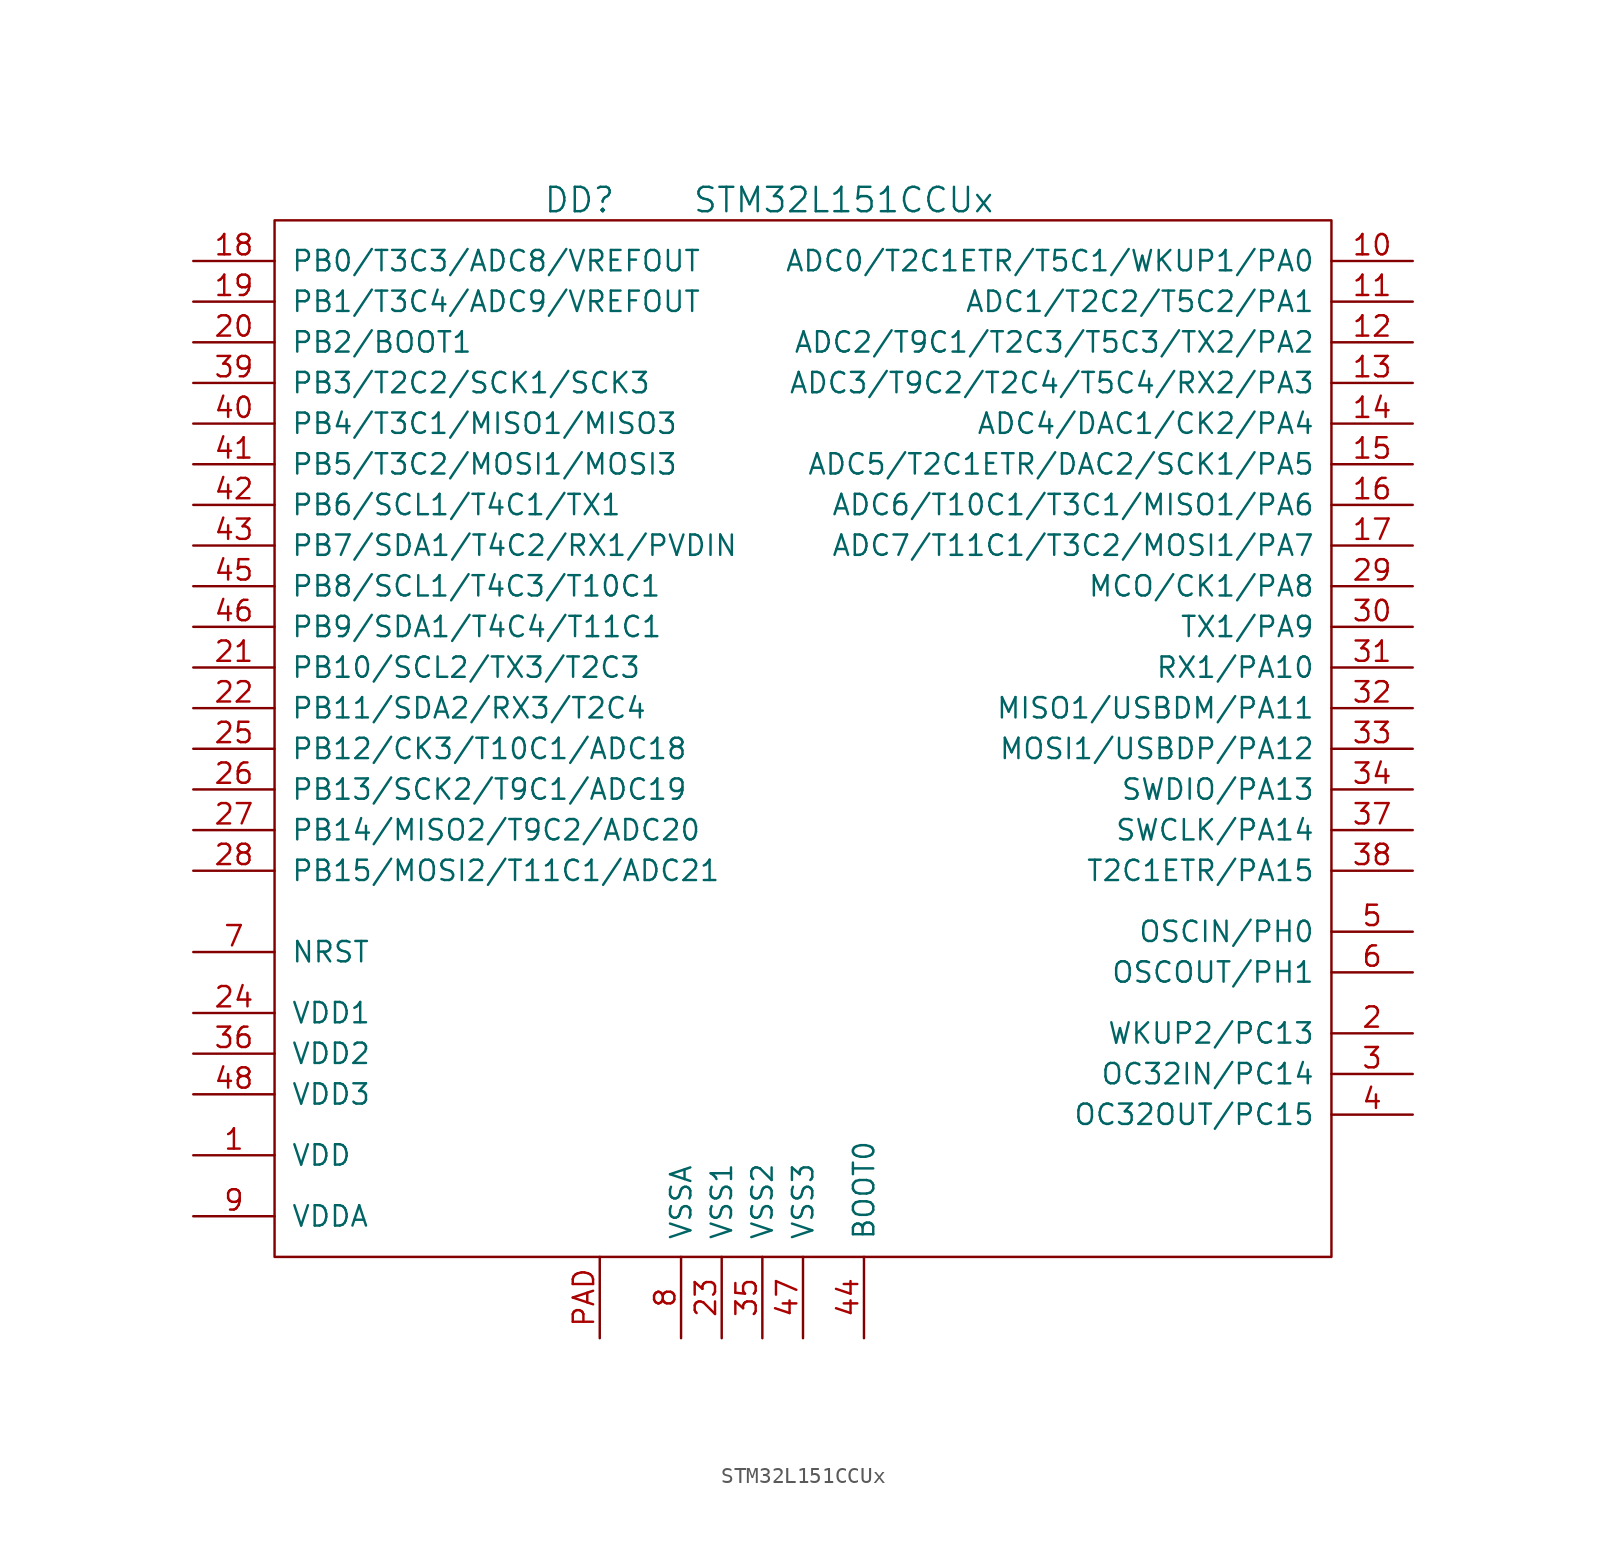
<source format=kicad_sym>
(kicad_symbol_lib
  (version 20201005)
  (generator kicad_symbol_editor)
  (symbol "st_kl:STM32L151CCUx"
    (pin_names
      (offset 1.016))
    (property "Reference" "DD"
      (at -12.7 34.29 0)
      (effects (font (size 1.524 1.524))))
    (property "Value" "STM32L151CCUx"
      (at 3.81 34.29 0)
      (effects (font (size 1.524 1.524))))
    (property "Footprint" ""
      (at 0 0 0)
      (effects (font (size 1.524 1.524))))
    (property "Datasheet" ""
      (at 0 0 0)
      (effects (font (size 1.524 1.524))))
    (symbol "STM32L151CCUx_0_1"
      (rectangle (start 34.29 33.02) (end -31.75 -31.75) (stroke (width 0)) (fill (type none))))
    (symbol "STM32L151CCUx_1_1"
      (pin power_in line (at -36.83 -25.4 0) (length 5.08) (name "VDD" (effects (font (size 1.27 1.27)))) (number "1" (effects (font (size 1.27 1.27)))))
      (pin passive line (at 39.37 30.48 180) (length 5.08) (name "ADC0/T2C1ETR/T5C1/WKUP1/PA0" (effects (font (size 1.27 1.27)))) (number "10" (effects (font (size 1.27 1.27)))))
      (pin passive line (at 39.37 27.94 180) (length 5.08) (name "ADC1/T2C2/T5C2/PA1" (effects (font (size 1.27 1.27)))) (number "11" (effects (font (size 1.27 1.27)))))
      (pin passive line (at 39.37 25.4 180) (length 5.08) (name "ADC2/T9C1/T2C3/T5C3/TX2/PA2" (effects (font (size 1.27 1.27)))) (number "12" (effects (font (size 1.27 1.27)))))
      (pin passive line (at 39.37 22.86 180) (length 5.08) (name "ADC3/T9C2/T2C4/T5C4/RX2/PA3" (effects (font (size 1.27 1.27)))) (number "13" (effects (font (size 1.27 1.27)))))
      (pin passive line (at 39.37 20.32 180) (length 5.08) (name "ADC4/DAC1/CK2/PA4" (effects (font (size 1.27 1.27)))) (number "14" (effects (font (size 1.27 1.27)))))
      (pin passive line (at 39.37 17.78 180) (length 5.08) (name "ADC5/T2C1ETR/DAC2/SCK1/PA5" (effects (font (size 1.27 1.27)))) (number "15" (effects (font (size 1.27 1.27)))))
      (pin passive line (at 39.37 15.24 180) (length 5.08) (name "ADC6/T10C1/T3C1/MISO1/PA6" (effects (font (size 1.27 1.27)))) (number "16" (effects (font (size 1.27 1.27)))))
      (pin passive line (at 39.37 12.7 180) (length 5.08) (name "ADC7/T11C1/T3C2/MOSI1/PA7" (effects (font (size 1.27 1.27)))) (number "17" (effects (font (size 1.27 1.27)))))
      (pin passive line (at -36.83 30.48 0) (length 5.08) (name "PB0/T3C3/ADC8/VREFOUT" (effects (font (size 1.27 1.27)))) (number "18" (effects (font (size 1.27 1.27)))))
      (pin passive line (at -36.83 27.94 0) (length 5.08) (name "PB1/T3C4/ADC9/VREFOUT" (effects (font (size 1.27 1.27)))) (number "19" (effects (font (size 1.27 1.27)))))
      (pin passive line (at 39.37 -17.78 180) (length 5.08) (name "WKUP2/PC13" (effects (font (size 1.27 1.27)))) (number "2" (effects (font (size 1.27 1.27)))))
      (pin passive line (at -36.83 25.4 0) (length 5.08) (name "PB2/BOOT1" (effects (font (size 1.27 1.27)))) (number "20" (effects (font (size 1.27 1.27)))))
      (pin passive line (at -36.83 5.08 0) (length 5.08) (name "PB10/SCL2/TX3/T2C3" (effects (font (size 1.27 1.27)))) (number "21" (effects (font (size 1.27 1.27)))))
      (pin passive line (at -36.83 2.54 0) (length 5.08) (name "PB11/SDA2/RX3/T2C4" (effects (font (size 1.27 1.27)))) (number "22" (effects (font (size 1.27 1.27)))))
      (pin power_in line (at -3.81 -36.83 90) (length 5.08) (name "VSS1" (effects (font (size 1.27 1.27)))) (number "23" (effects (font (size 1.27 1.27)))))
      (pin power_in line (at -36.83 -16.51 0) (length 5.08) (name "VDD1" (effects (font (size 1.27 1.27)))) (number "24" (effects (font (size 1.27 1.27)))))
      (pin passive line (at -36.83 0 0) (length 5.08) (name "PB12/CK3/T10C1/ADC18" (effects (font (size 1.27 1.27)))) (number "25" (effects (font (size 1.27 1.27)))))
      (pin passive line (at -36.83 -2.54 0) (length 5.08) (name "PB13/SCK2/T9C1/ADC19" (effects (font (size 1.27 1.27)))) (number "26" (effects (font (size 1.27 1.27)))))
      (pin passive line (at -36.83 -5.08 0) (length 5.08) (name "PB14/MISO2/T9C2/ADC20" (effects (font (size 1.27 1.27)))) (number "27" (effects (font (size 1.27 1.27)))))
      (pin passive line (at -36.83 -7.62 0) (length 5.08) (name "PB15/MOSI2/T11C1/ADC21" (effects (font (size 1.27 1.27)))) (number "28" (effects (font (size 1.27 1.27)))))
      (pin passive line (at 39.37 10.16 180) (length 5.08) (name "MCO/CK1/PA8" (effects (font (size 1.27 1.27)))) (number "29" (effects (font (size 1.27 1.27)))))
      (pin passive line (at 39.37 -20.32 180) (length 5.08) (name "OC32IN/PC14" (effects (font (size 1.27 1.27)))) (number "3" (effects (font (size 1.27 1.27)))))
      (pin passive line (at 39.37 7.62 180) (length 5.08) (name "TX1/PA9" (effects (font (size 1.27 1.27)))) (number "30" (effects (font (size 1.27 1.27)))))
      (pin passive line (at 39.37 5.08 180) (length 5.08) (name "RX1/PA10" (effects (font (size 1.27 1.27)))) (number "31" (effects (font (size 1.27 1.27)))))
      (pin passive line (at 39.37 2.54 180) (length 5.08) (name "MISO1/USBDM/PA11" (effects (font (size 1.27 1.27)))) (number "32" (effects (font (size 1.27 1.27)))))
      (pin passive line (at 39.37 0 180) (length 5.08) (name "MOSI1/USBDP/PA12" (effects (font (size 1.27 1.27)))) (number "33" (effects (font (size 1.27 1.27)))))
      (pin passive line (at 39.37 -2.54 180) (length 5.08) (name "SWDIO/PA13" (effects (font (size 1.27 1.27)))) (number "34" (effects (font (size 1.27 1.27)))))
      (pin power_in line (at -1.27 -36.83 90) (length 5.08) (name "VSS2" (effects (font (size 1.27 1.27)))) (number "35" (effects (font (size 1.27 1.27)))))
      (pin power_in line (at -36.83 -19.05 0) (length 5.08) (name "VDD2" (effects (font (size 1.27 1.27)))) (number "36" (effects (font (size 1.27 1.27)))))
      (pin passive line (at 39.37 -5.08 180) (length 5.08) (name "SWCLK/PA14" (effects (font (size 1.27 1.27)))) (number "37" (effects (font (size 1.27 1.27)))))
      (pin passive line (at 39.37 -7.62 180) (length 5.08) (name "T2C1ETR/PA15" (effects (font (size 1.27 1.27)))) (number "38" (effects (font (size 1.27 1.27)))))
      (pin passive line (at -36.83 22.86 0) (length 5.08) (name "PB3/T2C2/SCK1/SCK3" (effects (font (size 1.27 1.27)))) (number "39" (effects (font (size 1.27 1.27)))))
      (pin passive line (at 39.37 -22.86 180) (length 5.08) (name "OC32OUT/PC15" (effects (font (size 1.27 1.27)))) (number "4" (effects (font (size 1.27 1.27)))))
      (pin passive line (at -36.83 20.32 0) (length 5.08) (name "PB4/T3C1/MISO1/MISO3" (effects (font (size 1.27 1.27)))) (number "40" (effects (font (size 1.27 1.27)))))
      (pin passive line (at -36.83 17.78 0) (length 5.08) (name "PB5/T3C2/MOSI1/MOSI3" (effects (font (size 1.27 1.27)))) (number "41" (effects (font (size 1.27 1.27)))))
      (pin passive line (at -36.83 15.24 0) (length 5.08) (name "PB6/SCL1/T4C1/TX1" (effects (font (size 1.27 1.27)))) (number "42" (effects (font (size 1.27 1.27)))))
      (pin passive line (at -36.83 12.7 0) (length 5.08) (name "PB7/SDA1/T4C2/RX1/PVDIN" (effects (font (size 1.27 1.27)))) (number "43" (effects (font (size 1.27 1.27)))))
      (pin passive line (at 5.08 -36.83 90) (length 5.08) (name "BOOT0" (effects (font (size 1.27 1.27)))) (number "44" (effects (font (size 1.27 1.27)))))
      (pin passive line (at -36.83 10.16 0) (length 5.08) (name "PB8/SCL1/T4C3/T10C1" (effects (font (size 1.27 1.27)))) (number "45" (effects (font (size 1.27 1.27)))))
      (pin passive line (at -36.83 7.62 0) (length 5.08) (name "PB9/SDA1/T4C4/T11C1" (effects (font (size 1.27 1.27)))) (number "46" (effects (font (size 1.27 1.27)))))
      (pin power_in line (at 1.27 -36.83 90) (length 5.08) (name "VSS3" (effects (font (size 1.27 1.27)))) (number "47" (effects (font (size 1.27 1.27)))))
      (pin power_in line (at -36.83 -21.59 0) (length 5.08) (name "VDD3" (effects (font (size 1.27 1.27)))) (number "48" (effects (font (size 1.27 1.27)))))
      (pin passive line (at 39.37 -11.43 180) (length 5.08) (name "OSCIN/PH0" (effects (font (size 1.27 1.27)))) (number "5" (effects (font (size 1.27 1.27)))))
      (pin passive line (at 39.37 -13.97 180) (length 5.08) (name "OSCOUT/PH1" (effects (font (size 1.27 1.27)))) (number "6" (effects (font (size 1.27 1.27)))))
      (pin passive line (at -36.83 -12.7 0) (length 5.08) (name "NRST" (effects (font (size 1.27 1.27)))) (number "7" (effects (font (size 1.27 1.27)))))
      (pin power_in line (at -6.35 -36.83 90) (length 5.08) (name "VSSA" (effects (font (size 1.27 1.27)))) (number "8" (effects (font (size 1.27 1.27)))))
      (pin power_in line (at -36.83 -29.21 0) (length 5.08) (name "VDDA" (effects (font (size 1.27 1.27)))) (number "9" (effects (font (size 1.27 1.27)))))
      (pin power_in line (at -11.43 -36.83 90) (length 5.08) (name "~" (effects (font (size 1.27 1.27)))) (number "PAD" (effects (font (size 1.27 1.27))))))))
</source>
